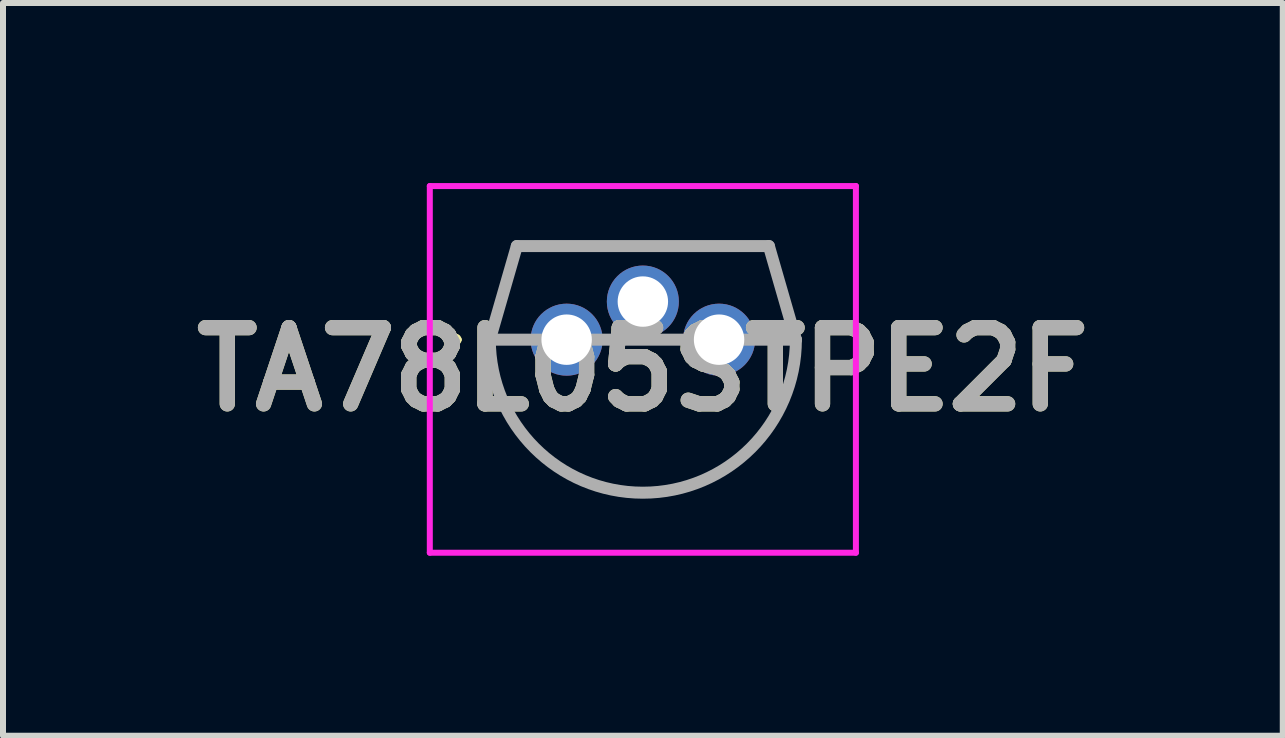
<source format=kicad_pcb>
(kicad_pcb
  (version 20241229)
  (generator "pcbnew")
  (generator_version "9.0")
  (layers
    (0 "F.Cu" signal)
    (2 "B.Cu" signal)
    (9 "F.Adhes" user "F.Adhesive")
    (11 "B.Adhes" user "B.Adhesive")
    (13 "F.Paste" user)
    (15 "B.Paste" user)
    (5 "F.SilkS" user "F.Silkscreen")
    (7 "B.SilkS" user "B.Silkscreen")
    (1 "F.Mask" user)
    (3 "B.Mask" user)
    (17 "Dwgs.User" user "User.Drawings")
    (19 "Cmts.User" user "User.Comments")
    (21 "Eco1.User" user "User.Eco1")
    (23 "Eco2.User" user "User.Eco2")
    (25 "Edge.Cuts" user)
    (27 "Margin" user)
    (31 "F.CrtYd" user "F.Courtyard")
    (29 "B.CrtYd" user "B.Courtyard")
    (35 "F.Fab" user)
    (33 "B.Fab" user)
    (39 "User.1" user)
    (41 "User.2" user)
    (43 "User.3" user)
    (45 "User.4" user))
  (footprint "TA78L05STPE2F"
    (layer "F.Cu")
    (at 6.392 2.61)
    (property "Reference" "TA78L05STPE2F" (at 1.27 0.495 0) (layer "F.SilkS") (effects (font (size 1.27 1.27) (thickness 0.254))))
    (attr through_hole)
    (fp_line (start -1.9 0) (end -1.9 0) (stroke (width 0.1) (type solid)) (layer "F.SilkS"))
    (fp_line (start -1.8 0) (end -1.8 0) (stroke (width 0.1) (type solid)) (layer "F.SilkS"))
    (fp_line (start -0.8 -1.56) (end 3.4 -1.56) (stroke (width 0.1) (type solid)) (layer "F.SilkS"))
    (fp_arc (start -1.9 0) (mid -1.85 -0.05) (end -1.8 0) (stroke (width 0.1) (type solid)) (layer "F.SilkS"))
    (fp_arc (start -1.8 0) (mid -1.85 0.05) (end -1.9 0) (stroke (width 0.1) (type solid)) (layer "F.SilkS"))
    (fp_line (start -2.28 -2.56) (end 4.82 -2.56) (stroke (width 0.1) (type solid)) (layer "F.CrtYd"))
    (fp_line (start -2.28 3.55) (end -2.28 -2.56) (stroke (width 0.1) (type solid)) (layer "F.CrtYd"))
    (fp_line (start 4.82 -2.56) (end 4.82 3.55) (stroke (width 0.1) (type solid)) (layer "F.CrtYd"))
    (fp_line (start 4.82 3.55) (end -2.28 3.55) (stroke (width 0.1) (type solid)) (layer "F.CrtYd"))
    (fp_line (start -1.28 0) (end -1.28 0) (stroke (width 0.2) (type solid)) (layer "F.Fab"))
    (fp_line (start -1.28 0) (end -0.83 -1.56) (stroke (width 0.2) (type solid)) (layer "F.Fab"))
    (fp_line (start -0.83 -1.56) (end 3.37 -1.56) (stroke (width 0.2) (type solid)) (layer "F.Fab"))
    (fp_line (start 3.37 -1.56) (end 3.82 0) (stroke (width 0.2) (type solid)) (layer "F.Fab"))
    (fp_line (start 3.82 0) (end -1.28 0) (stroke (width 0.2) (type solid)) (layer "F.Fab"))
    (fp_arc (start 3.82 0) (mid 1.27 2.55) (end -1.28 0) (stroke (width 0.2) (type solid)) (layer "F.Fab"))
    (fp_text user "${REFERENCE}" (at 1.27 0.495 0) (layer "F.Fab") (effects (font (size 1.27 1.27) (thickness 0.254))))
    (pad "1" thru_hole circle (at 0 0) (size 1.2 1.2) (drill 0.84) (layers "*.Cu" "*.Mask"))
    (pad "2" thru_hole circle (at 1.27 -0.635) (size 1.2 1.2) (drill 0.84) (layers "*.Cu" "*.Mask"))
    (pad "3" thru_hole circle (at 2.54 0) (size 1.2 1.2) (drill 0.84) (layers "*.Cu" "*.Mask")))
  (gr_rect
    (start -3 -3)
    (end 18.325 9.21)
    (stroke (width 0.1) (type default))
    (fill no)
    (layer "Edge.Cuts")))
</source>
